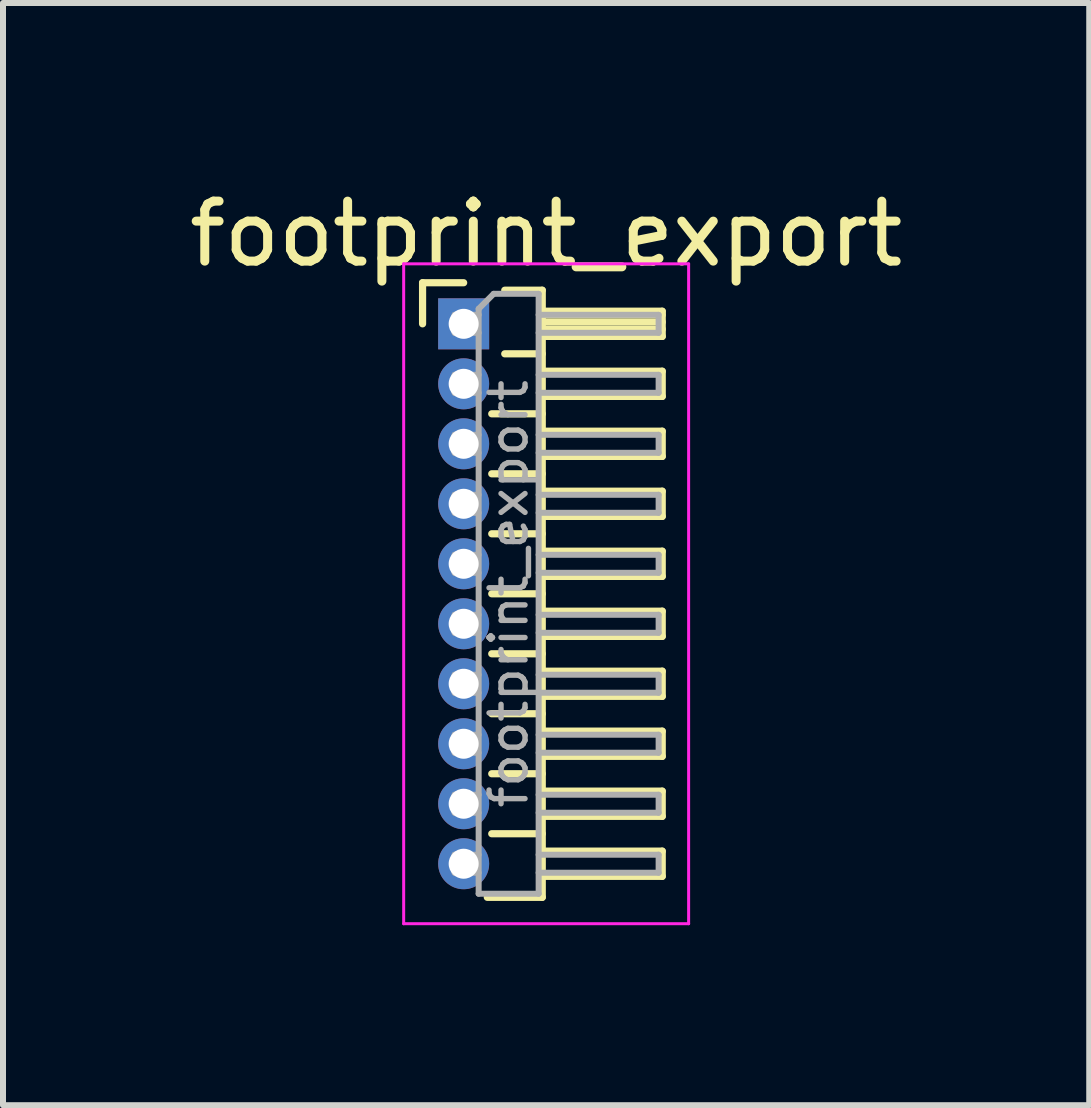
<source format=kicad_pcb>
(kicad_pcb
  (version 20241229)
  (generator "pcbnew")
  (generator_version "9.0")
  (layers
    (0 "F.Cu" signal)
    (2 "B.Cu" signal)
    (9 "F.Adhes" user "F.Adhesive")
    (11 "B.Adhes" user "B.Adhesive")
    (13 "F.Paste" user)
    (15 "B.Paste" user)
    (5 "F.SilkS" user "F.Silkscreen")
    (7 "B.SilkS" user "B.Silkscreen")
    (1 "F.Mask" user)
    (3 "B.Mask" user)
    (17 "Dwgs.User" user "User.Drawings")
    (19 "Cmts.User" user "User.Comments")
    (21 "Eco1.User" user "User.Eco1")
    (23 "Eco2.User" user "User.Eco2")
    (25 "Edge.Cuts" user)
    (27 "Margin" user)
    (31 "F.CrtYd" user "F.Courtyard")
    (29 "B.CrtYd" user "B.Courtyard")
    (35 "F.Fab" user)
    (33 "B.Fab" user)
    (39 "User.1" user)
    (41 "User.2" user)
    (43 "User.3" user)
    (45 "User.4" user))
  (footprint "footprint_export"
    (layer "F.Cu")
    (at 4.679 2.348)
    (property "Reference" "footprint_export" (at 1.375 -1.5 0) (layer "F.SilkS") (effects (font (size 1 1) (thickness 0.15))))
    (attr through_hole)
    (fp_line (start -0.685 -0.685) (end 0 -0.685) (stroke (width 0.12) (type solid)) (layer "F.SilkS"))
    (fp_line (start -0.685 0) (end -0.685 -0.685) (stroke (width 0.12) (type solid)) (layer "F.SilkS"))
    (fp_line (start 0.468 1.5) (end 1.31 1.5) (stroke (width 0.12) (type solid)) (layer "F.SilkS"))
    (fp_line (start 0.468 2.5) (end 1.31 2.5) (stroke (width 0.12) (type solid)) (layer "F.SilkS"))
    (fp_line (start 0.468 3.5) (end 1.31 3.5) (stroke (width 0.12) (type solid)) (layer "F.SilkS"))
    (fp_line (start 0.468 4.5) (end 1.31 4.5) (stroke (width 0.12) (type solid)) (layer "F.SilkS"))
    (fp_line (start 0.468 5.5) (end 1.31 5.5) (stroke (width 0.12) (type solid)) (layer "F.SilkS"))
    (fp_line (start 0.468 6.5) (end 1.31 6.5) (stroke (width 0.12) (type solid)) (layer "F.SilkS"))
    (fp_line (start 0.468 7.5) (end 1.31 7.5) (stroke (width 0.12) (type solid)) (layer "F.SilkS"))
    (fp_line (start 0.468 8.5) (end 1.31 8.5) (stroke (width 0.12) (type solid)) (layer "F.SilkS"))
    (fp_line (start 0.685 -0.56) (end 1.31 -0.56) (stroke (width 0.12) (type solid)) (layer "F.SilkS"))
    (fp_line (start 0.685 0.5) (end 1.31 0.5) (stroke (width 0.12) (type solid)) (layer "F.SilkS"))
    (fp_line (start 1.31 -0.56) (end 1.31 9.56) (stroke (width 0.12) (type solid)) (layer "F.SilkS"))
    (fp_line (start 1.31 -0.21) (end 3.31 -0.21) (stroke (width 0.12) (type solid)) (layer "F.SilkS"))
    (fp_line (start 1.31 -0.15) (end 3.31 -0.15) (stroke (width 0.12) (type solid)) (layer "F.SilkS"))
    (fp_line (start 1.31 -0.03) (end 3.31 -0.03) (stroke (width 0.12) (type solid)) (layer "F.SilkS"))
    (fp_line (start 1.31 0.09) (end 3.31 0.09) (stroke (width 0.12) (type solid)) (layer "F.SilkS"))
    (fp_line (start 1.31 0.79) (end 3.31 0.79) (stroke (width 0.12) (type solid)) (layer "F.SilkS"))
    (fp_line (start 1.31 1.79) (end 3.31 1.79) (stroke (width 0.12) (type solid)) (layer "F.SilkS"))
    (fp_line (start 1.31 2.79) (end 3.31 2.79) (stroke (width 0.12) (type solid)) (layer "F.SilkS"))
    (fp_line (start 1.31 3.79) (end 3.31 3.79) (stroke (width 0.12) (type solid)) (layer "F.SilkS"))
    (fp_line (start 1.31 4.79) (end 3.31 4.79) (stroke (width 0.12) (type solid)) (layer "F.SilkS"))
    (fp_line (start 1.31 5.79) (end 3.31 5.79) (stroke (width 0.12) (type solid)) (layer "F.SilkS"))
    (fp_line (start 1.31 6.79) (end 3.31 6.79) (stroke (width 0.12) (type solid)) (layer "F.SilkS"))
    (fp_line (start 1.31 7.79) (end 3.31 7.79) (stroke (width 0.12) (type solid)) (layer "F.SilkS"))
    (fp_line (start 1.31 8.79) (end 3.31 8.79) (stroke (width 0.12) (type solid)) (layer "F.SilkS"))
    (fp_line (start 1.31 9.56) (end 0.394 9.56) (stroke (width 0.12) (type solid)) (layer "F.SilkS"))
    (fp_line (start 3.31 -0.21) (end 3.31 0.21) (stroke (width 0.12) (type solid)) (layer "F.SilkS"))
    (fp_line (start 3.31 0.21) (end 1.31 0.21) (stroke (width 0.12) (type solid)) (layer "F.SilkS"))
    (fp_line (start 3.31 0.79) (end 3.31 1.21) (stroke (width 0.12) (type solid)) (layer "F.SilkS"))
    (fp_line (start 3.31 1.21) (end 1.31 1.21) (stroke (width 0.12) (type solid)) (layer "F.SilkS"))
    (fp_line (start 3.31 1.79) (end 3.31 2.21) (stroke (width 0.12) (type solid)) (layer "F.SilkS"))
    (fp_line (start 3.31 2.21) (end 1.31 2.21) (stroke (width 0.12) (type solid)) (layer "F.SilkS"))
    (fp_line (start 3.31 2.79) (end 3.31 3.21) (stroke (width 0.12) (type solid)) (layer "F.SilkS"))
    (fp_line (start 3.31 3.21) (end 1.31 3.21) (stroke (width 0.12) (type solid)) (layer "F.SilkS"))
    (fp_line (start 3.31 3.79) (end 3.31 4.21) (stroke (width 0.12) (type solid)) (layer "F.SilkS"))
    (fp_line (start 3.31 4.21) (end 1.31 4.21) (stroke (width 0.12) (type solid)) (layer "F.SilkS"))
    (fp_line (start 3.31 4.79) (end 3.31 5.21) (stroke (width 0.12) (type solid)) (layer "F.SilkS"))
    (fp_line (start 3.31 5.21) (end 1.31 5.21) (stroke (width 0.12) (type solid)) (layer "F.SilkS"))
    (fp_line (start 3.31 5.79) (end 3.31 6.21) (stroke (width 0.12) (type solid)) (layer "F.SilkS"))
    (fp_line (start 3.31 6.21) (end 1.31 6.21) (stroke (width 0.12) (type solid)) (layer "F.SilkS"))
    (fp_line (start 3.31 6.79) (end 3.31 7.21) (stroke (width 0.12) (type solid)) (layer "F.SilkS"))
    (fp_line (start 3.31 7.21) (end 1.31 7.21) (stroke (width 0.12) (type solid)) (layer "F.SilkS"))
    (fp_line (start 3.31 7.79) (end 3.31 8.21) (stroke (width 0.12) (type solid)) (layer "F.SilkS"))
    (fp_line (start 3.31 8.21) (end 1.31 8.21) (stroke (width 0.12) (type solid)) (layer "F.SilkS"))
    (fp_line (start 3.31 8.79) (end 3.31 9.21) (stroke (width 0.12) (type solid)) (layer "F.SilkS"))
    (fp_line (start 3.31 9.21) (end 1.31 9.21) (stroke (width 0.12) (type solid)) (layer "F.SilkS"))
    (fp_line (start -1 -1) (end -1 10) (stroke (width 0.05) (type solid)) (layer "F.CrtYd"))
    (fp_line (start -1 10) (end 3.75 10) (stroke (width 0.05) (type solid)) (layer "F.CrtYd"))
    (fp_line (start 3.75 -1) (end -1 -1) (stroke (width 0.05) (type solid)) (layer "F.CrtYd"))
    (fp_line (start 3.75 10) (end 3.75 -1) (stroke (width 0.05) (type solid)) (layer "F.CrtYd"))
    (fp_line (start -0.15 -0.15) (end -0.15 0.15) (stroke (width 0.1) (type solid)) (layer "F.Fab"))
    (fp_line (start -0.15 -0.15) (end 0.25 -0.15) (stroke (width 0.1) (type solid)) (layer "F.Fab"))
    (fp_line (start -0.15 0.15) (end 0.25 0.15) (stroke (width 0.1) (type solid)) (layer "F.Fab"))
    (fp_line (start -0.15 0.85) (end -0.15 1.15) (stroke (width 0.1) (type solid)) (layer "F.Fab"))
    (fp_line (start -0.15 0.85) (end 0.25 0.85) (stroke (width 0.1) (type solid)) (layer "F.Fab"))
    (fp_line (start -0.15 1.15) (end 0.25 1.15) (stroke (width 0.1) (type solid)) (layer "F.Fab"))
    (fp_line (start -0.15 1.85) (end -0.15 2.15) (stroke (width 0.1) (type solid)) (layer "F.Fab"))
    (fp_line (start -0.15 1.85) (end 0.25 1.85) (stroke (width 0.1) (type solid)) (layer "F.Fab"))
    (fp_line (start -0.15 2.15) (end 0.25 2.15) (stroke (width 0.1) (type solid)) (layer "F.Fab"))
    (fp_line (start -0.15 2.85) (end -0.15 3.15) (stroke (width 0.1) (type solid)) (layer "F.Fab"))
    (fp_line (start -0.15 2.85) (end 0.25 2.85) (stroke (width 0.1) (type solid)) (layer "F.Fab"))
    (fp_line (start -0.15 3.15) (end 0.25 3.15) (stroke (width 0.1) (type solid)) (layer "F.Fab"))
    (fp_line (start -0.15 3.85) (end -0.15 4.15) (stroke (width 0.1) (type solid)) (layer "F.Fab"))
    (fp_line (start -0.15 3.85) (end 0.25 3.85) (stroke (width 0.1) (type solid)) (layer "F.Fab"))
    (fp_line (start -0.15 4.15) (end 0.25 4.15) (stroke (width 0.1) (type solid)) (layer "F.Fab"))
    (fp_line (start -0.15 4.85) (end -0.15 5.15) (stroke (width 0.1) (type solid)) (layer "F.Fab"))
    (fp_line (start -0.15 4.85) (end 0.25 4.85) (stroke (width 0.1) (type solid)) (layer "F.Fab"))
    (fp_line (start -0.15 5.15) (end 0.25 5.15) (stroke (width 0.1) (type solid)) (layer "F.Fab"))
    (fp_line (start -0.15 5.85) (end -0.15 6.15) (stroke (width 0.1) (type solid)) (layer "F.Fab"))
    (fp_line (start -0.15 5.85) (end 0.25 5.85) (stroke (width 0.1) (type solid)) (layer "F.Fab"))
    (fp_line (start -0.15 6.15) (end 0.25 6.15) (stroke (width 0.1) (type solid)) (layer "F.Fab"))
    (fp_line (start -0.15 6.85) (end -0.15 7.15) (stroke (width 0.1) (type solid)) (layer "F.Fab"))
    (fp_line (start -0.15 6.85) (end 0.25 6.85) (stroke (width 0.1) (type solid)) (layer "F.Fab"))
    (fp_line (start -0.15 7.15) (end 0.25 7.15) (stroke (width 0.1) (type solid)) (layer "F.Fab"))
    (fp_line (start -0.15 7.85) (end -0.15 8.15) (stroke (width 0.1) (type solid)) (layer "F.Fab"))
    (fp_line (start -0.15 7.85) (end 0.25 7.85) (stroke (width 0.1) (type solid)) (layer "F.Fab"))
    (fp_line (start -0.15 8.15) (end 0.25 8.15) (stroke (width 0.1) (type solid)) (layer "F.Fab"))
    (fp_line (start -0.15 8.85) (end -0.15 9.15) (stroke (width 0.1) (type solid)) (layer "F.Fab"))
    (fp_line (start -0.15 8.85) (end 0.25 8.85) (stroke (width 0.1) (type solid)) (layer "F.Fab"))
    (fp_line (start -0.15 9.15) (end 0.25 9.15) (stroke (width 0.1) (type solid)) (layer "F.Fab"))
    (fp_line (start 0.25 -0.25) (end 0.5 -0.5) (stroke (width 0.1) (type solid)) (layer "F.Fab"))
    (fp_line (start 0.25 9.5) (end 0.25 -0.25) (stroke (width 0.1) (type solid)) (layer "F.Fab"))
    (fp_line (start 0.5 -0.5) (end 1.25 -0.5) (stroke (width 0.1) (type solid)) (layer "F.Fab"))
    (fp_line (start 1.25 -0.5) (end 1.25 9.5) (stroke (width 0.1) (type solid)) (layer "F.Fab"))
    (fp_line (start 1.25 -0.15) (end 3.25 -0.15) (stroke (width 0.1) (type solid)) (layer "F.Fab"))
    (fp_line (start 1.25 0.15) (end 3.25 0.15) (stroke (width 0.1) (type solid)) (layer "F.Fab"))
    (fp_line (start 1.25 0.85) (end 3.25 0.85) (stroke (width 0.1) (type solid)) (layer "F.Fab"))
    (fp_line (start 1.25 1.15) (end 3.25 1.15) (stroke (width 0.1) (type solid)) (layer "F.Fab"))
    (fp_line (start 1.25 1.85) (end 3.25 1.85) (stroke (width 0.1) (type solid)) (layer "F.Fab"))
    (fp_line (start 1.25 2.15) (end 3.25 2.15) (stroke (width 0.1) (type solid)) (layer "F.Fab"))
    (fp_line (start 1.25 2.85) (end 3.25 2.85) (stroke (width 0.1) (type solid)) (layer "F.Fab"))
    (fp_line (start 1.25 3.15) (end 3.25 3.15) (stroke (width 0.1) (type solid)) (layer "F.Fab"))
    (fp_line (start 1.25 3.85) (end 3.25 3.85) (stroke (width 0.1) (type solid)) (layer "F.Fab"))
    (fp_line (start 1.25 4.15) (end 3.25 4.15) (stroke (width 0.1) (type solid)) (layer "F.Fab"))
    (fp_line (start 1.25 4.85) (end 3.25 4.85) (stroke (width 0.1) (type solid)) (layer "F.Fab"))
    (fp_line (start 1.25 5.15) (end 3.25 5.15) (stroke (width 0.1) (type solid)) (layer "F.Fab"))
    (fp_line (start 1.25 5.85) (end 3.25 5.85) (stroke (width 0.1) (type solid)) (layer "F.Fab"))
    (fp_line (start 1.25 6.15) (end 3.25 6.15) (stroke (width 0.1) (type solid)) (layer "F.Fab"))
    (fp_line (start 1.25 6.85) (end 3.25 6.85) (stroke (width 0.1) (type solid)) (layer "F.Fab"))
    (fp_line (start 1.25 7.15) (end 3.25 7.15) (stroke (width 0.1) (type solid)) (layer "F.Fab"))
    (fp_line (start 1.25 7.85) (end 3.25 7.85) (stroke (width 0.1) (type solid)) (layer "F.Fab"))
    (fp_line (start 1.25 8.15) (end 3.25 8.15) (stroke (width 0.1) (type solid)) (layer "F.Fab"))
    (fp_line (start 1.25 8.85) (end 3.25 8.85) (stroke (width 0.1) (type solid)) (layer "F.Fab"))
    (fp_line (start 1.25 9.15) (end 3.25 9.15) (stroke (width 0.1) (type solid)) (layer "F.Fab"))
    (fp_line (start 1.25 9.5) (end 0.25 9.5) (stroke (width 0.1) (type solid)) (layer "F.Fab"))
    (fp_line (start 3.25 -0.15) (end 3.25 0.15) (stroke (width 0.1) (type solid)) (layer "F.Fab"))
    (fp_line (start 3.25 0.85) (end 3.25 1.15) (stroke (width 0.1) (type solid)) (layer "F.Fab"))
    (fp_line (start 3.25 1.85) (end 3.25 2.15) (stroke (width 0.1) (type solid)) (layer "F.Fab"))
    (fp_line (start 3.25 2.85) (end 3.25 3.15) (stroke (width 0.1) (type solid)) (layer "F.Fab"))
    (fp_line (start 3.25 3.85) (end 3.25 4.15) (stroke (width 0.1) (type solid)) (layer "F.Fab"))
    (fp_line (start 3.25 4.85) (end 3.25 5.15) (stroke (width 0.1) (type solid)) (layer "F.Fab"))
    (fp_line (start 3.25 5.85) (end 3.25 6.15) (stroke (width 0.1) (type solid)) (layer "F.Fab"))
    (fp_line (start 3.25 6.85) (end 3.25 7.15) (stroke (width 0.1) (type solid)) (layer "F.Fab"))
    (fp_line (start 3.25 7.85) (end 3.25 8.15) (stroke (width 0.1) (type solid)) (layer "F.Fab"))
    (fp_line (start 3.25 8.85) (end 3.25 9.15) (stroke (width 0.1) (type solid)) (layer "F.Fab"))
    (fp_text user "${REFERENCE}" (at 0.75 4.5 90) (layer "F.Fab") (effects (font (size 0.6 0.6) (thickness 0.09))))
    (pad "1" thru_hole rect (at 0 0) (size 0.85 0.85) (drill 0.5) (layers "*.Cu" "*.Mask"))
    (pad "2" thru_hole oval (at 0 1) (size 0.85 0.85) (drill 0.5) (layers "*.Cu" "*.Mask"))
    (pad "3" thru_hole oval (at 0 2) (size 0.85 0.85) (drill 0.5) (layers "*.Cu" "*.Mask"))
    (pad "4" thru_hole oval (at 0 3) (size 0.85 0.85) (drill 0.5) (layers "*.Cu" "*.Mask"))
    (pad "5" thru_hole oval (at 0 4) (size 0.85 0.85) (drill 0.5) (layers "*.Cu" "*.Mask"))
    (pad "6" thru_hole oval (at 0 5) (size 0.85 0.85) (drill 0.5) (layers "*.Cu" "*.Mask"))
    (pad "7" thru_hole oval (at 0 6) (size 0.85 0.85) (drill 0.5) (layers "*.Cu" "*.Mask"))
    (pad "8" thru_hole oval (at 0 7) (size 0.85 0.85) (drill 0.5) (layers "*.Cu" "*.Mask"))
    (pad "9" thru_hole oval (at 0 8) (size 0.85 0.85) (drill 0.5) (layers "*.Cu" "*.Mask"))
    (pad "10" thru_hole oval (at 0 9) (size 0.85 0.85) (drill 0.5) (layers "*.Cu" "*.Mask")))
  (gr_rect
    (start -3 -3)
    (end 15.107 15.373)
    (stroke (width 0.1) (type default))
    (fill no)
    (layer "Edge.Cuts")))
</source>
